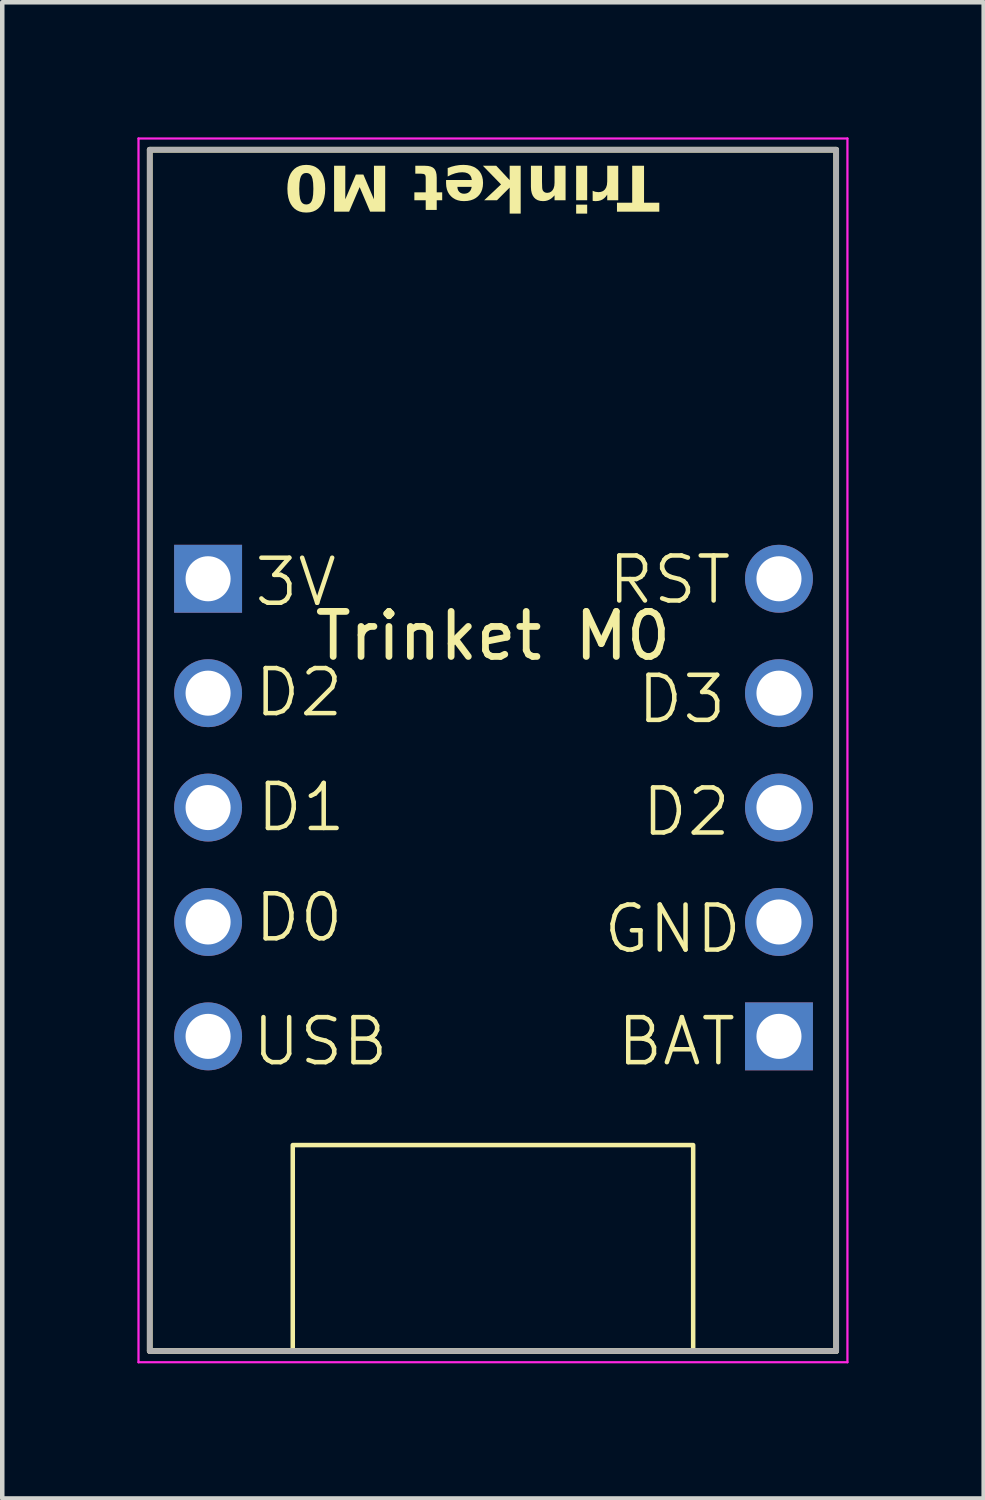
<source format=kicad_pcb>
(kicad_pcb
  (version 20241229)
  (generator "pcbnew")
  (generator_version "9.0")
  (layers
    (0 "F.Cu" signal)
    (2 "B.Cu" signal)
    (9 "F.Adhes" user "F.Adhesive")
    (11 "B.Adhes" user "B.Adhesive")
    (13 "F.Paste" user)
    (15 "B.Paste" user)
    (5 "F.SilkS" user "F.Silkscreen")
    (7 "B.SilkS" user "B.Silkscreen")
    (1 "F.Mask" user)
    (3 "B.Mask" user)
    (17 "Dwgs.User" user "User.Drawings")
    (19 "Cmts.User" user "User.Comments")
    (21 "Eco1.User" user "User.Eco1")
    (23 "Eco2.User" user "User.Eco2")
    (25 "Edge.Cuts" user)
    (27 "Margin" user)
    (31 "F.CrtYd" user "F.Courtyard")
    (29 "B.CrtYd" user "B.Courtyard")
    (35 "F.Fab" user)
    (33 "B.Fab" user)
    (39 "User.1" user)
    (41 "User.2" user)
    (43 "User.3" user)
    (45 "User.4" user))
  (footprint "Trinket M0"
    (layer "F.Cu")
    (at 7.895 13.61)
    (property "Reference" "Trinket M0" (at 0 -2.54 0) (layer "F.SilkS") (effects (font (size 1 1) (thickness 0.15))))
    (attr through_hole)
    (fp_line (start -7.62 -13.335) (end 7.62 -13.335) (stroke (width 0.127) (type solid)) (layer "F.SilkS"))
    (fp_line (start -7.62 13.335) (end -7.62 -13.335) (stroke (width 0.127) (type solid)) (layer "F.SilkS"))
    (fp_line (start 7.62 -13.335) (end 7.62 13.335) (stroke (width 0.127) (type solid)) (layer "F.SilkS"))
    (fp_line (start 7.62 13.335) (end -7.62 13.335) (stroke (width 0.127) (type solid)) (layer "F.SilkS"))
    (fp_rect (start -4.445 13.335) (end 4.445 8.763) (stroke (width 0.1) (type default)) (fill no) (layer "F.SilkS"))
    (fp_line (start -7.87 -13.585) (end 7.87 -13.585) (stroke (width 0.05) (type solid)) (layer "F.CrtYd"))
    (fp_line (start -7.87 13.585) (end -7.87 -13.585) (stroke (width 0.05) (type solid)) (layer "F.CrtYd"))
    (fp_line (start 7.87 -13.585) (end 7.87 13.585) (stroke (width 0.05) (type solid)) (layer "F.CrtYd"))
    (fp_line (start 7.87 13.585) (end -7.87 13.585) (stroke (width 0.05) (type solid)) (layer "F.CrtYd"))
    (fp_line (start -7.62 -13.335) (end 7.62 -13.335) (stroke (width 0.127) (type solid)) (layer "F.Fab"))
    (fp_line (start -7.62 13.335) (end -7.62 -13.335) (stroke (width 0.127) (type solid)) (layer "F.Fab"))
    (fp_line (start 7.62 -13.335) (end 7.62 13.335) (stroke (width 0.127) (type solid)) (layer "F.Fab"))
    (fp_line (start 7.62 13.335) (end -7.62 13.335) (stroke (width 0.127) (type solid)) (layer "F.Fab"))
    (fp_text user "D2" (at 3.25 1.95 0) (unlocked yes) (layer "F.SilkS") (effects (font (size 1 1) (thickness 0.1)) (justify left bottom)))
    (fp_text user "USB" (at -5.4 7.05 0) (unlocked yes) (layer "F.SilkS") (effects (font (size 1 1) (thickness 0.1)) (justify left bottom)))
    (fp_text user "BAT" (at 2.7 7.05 0) (unlocked yes) (layer "F.SilkS") (effects (font (size 1 1) (thickness 0.1)) (justify left bottom)))
    (fp_text user "D1" (at -5.3 1.85 0) (unlocked yes) (layer "F.SilkS") (effects (font (size 1 1) (thickness 0.1)) (justify left bottom)))
    (fp_text user "GND" (at 2.4 4.55 0) (unlocked yes) (layer "F.SilkS") (effects (font (size 1 1) (thickness 0.1)) (justify left bottom)))
    (fp_text user "D2" (at -5.35 -0.7 0) (unlocked yes) (layer "F.SilkS") (effects (font (size 1 1) (thickness 0.1)) (justify left bottom)))
    (fp_text user "RST" (at 2.5 -3.2 0) (unlocked yes) (layer "F.SilkS") (effects (font (size 1 1) (thickness 0.1)) (justify left bottom)))
    (fp_text user "D0" (at -5.35 4.3 0) (unlocked yes) (layer "F.SilkS") (effects (font (size 1 1) (thickness 0.1)) (justify left bottom)))
    (fp_text user "Trinket M0" (at 3.7 -13.15 180) (unlocked yes) (layer "F.SilkS") (effects (font (face "Simplified Arabic Fixed") (size 1 1) (thickness 0.2) (bold yes) (italic yes)) (justify left bottom)))
    (fp_text user "D3" (at 3.15 -0.55 0) (unlocked yes) (layer "F.SilkS") (effects (font (size 1 1) (thickness 0.1)) (justify left bottom)))
    (fp_text user "3V" (at -5.35 -3.15 0) (unlocked yes) (layer "F.SilkS") (effects (font (size 1 1) (thickness 0.1)) (justify left bottom)))
    (pad "1" thru_hole rect (at 6.35 6.35) (size 1.508 1.508) (drill 1) (layers "*.Cu" "*.Mask"))
    (pad "2" thru_hole circle (at 6.35 3.81) (size 1.508 1.508) (drill 1) (layers "*.Cu" "*.Mask"))
    (pad "3" thru_hole circle (at 6.35 1.27) (size 1.508 1.508) (drill 1) (layers "*.Cu" "*.Mask"))
    (pad "4" thru_hole circle (at 6.35 -1.27) (size 1.508 1.508) (drill 1) (layers "*.Cu" "*.Mask"))
    (pad "5" thru_hole circle (at 6.35 -3.81) (size 1.508 1.508) (drill 1) (layers "*.Cu" "*.Mask"))
    (pad "6" thru_hole circle (at -6.325 6.35) (size 1.508 1.508) (drill 1) (layers "*.Cu" "*.Mask"))
    (pad "7" thru_hole circle (at -6.325 3.81) (size 1.508 1.508) (drill 1) (layers "*.Cu" "*.Mask"))
    (pad "8" thru_hole circle (at -6.325 1.27) (size 1.508 1.508) (drill 1) (layers "*.Cu" "*.Mask"))
    (pad "9" thru_hole circle (at -6.325 -1.27) (size 1.508 1.508) (drill 1) (layers "*.Cu" "*.Mask"))
    (pad "10" thru_hole rect (at -6.325 -3.81) (size 1.508 1.508) (drill 1) (layers "*.Cu" "*.Mask")))
  (gr_rect
    (start -3 -3)
    (end 18.79 30.22)
    (stroke (width 0.1) (type default))
    (fill no)
    (layer "Edge.Cuts")))
</source>
